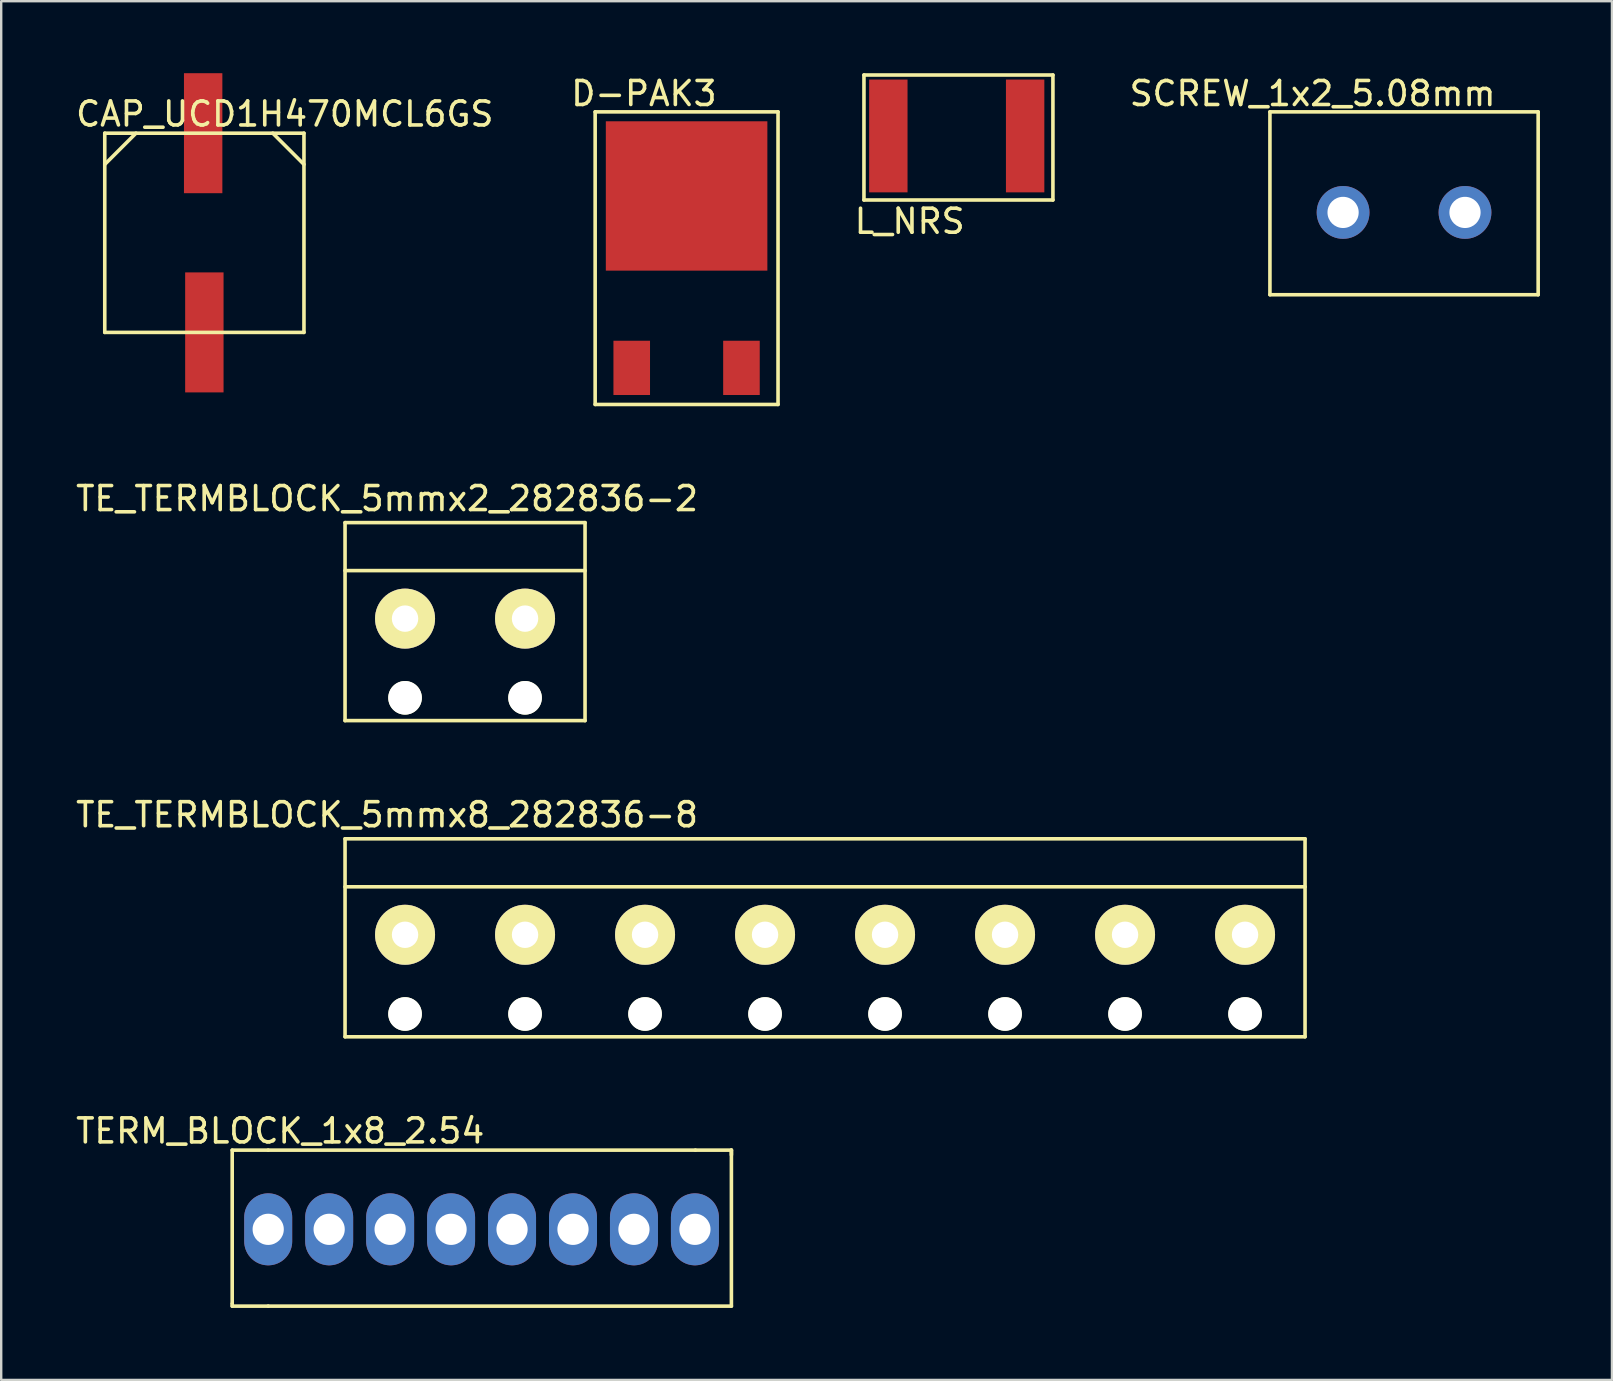
<source format=kicad_pcb>
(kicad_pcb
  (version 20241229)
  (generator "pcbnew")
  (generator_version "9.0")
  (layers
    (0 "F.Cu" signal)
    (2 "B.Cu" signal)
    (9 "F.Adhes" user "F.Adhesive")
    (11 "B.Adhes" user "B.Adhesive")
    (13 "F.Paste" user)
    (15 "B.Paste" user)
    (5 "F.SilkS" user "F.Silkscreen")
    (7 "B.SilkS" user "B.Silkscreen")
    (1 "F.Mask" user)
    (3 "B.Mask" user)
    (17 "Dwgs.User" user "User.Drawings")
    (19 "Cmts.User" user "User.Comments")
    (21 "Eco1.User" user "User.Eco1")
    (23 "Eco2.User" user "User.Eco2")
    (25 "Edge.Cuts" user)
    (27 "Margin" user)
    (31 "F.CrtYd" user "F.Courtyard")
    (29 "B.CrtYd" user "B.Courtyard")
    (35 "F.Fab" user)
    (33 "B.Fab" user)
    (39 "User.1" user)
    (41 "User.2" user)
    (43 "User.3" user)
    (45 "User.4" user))
  (footprint "TERM_BLOCK_1x8_2.54"
    (layer "F.Cu")
    (at 8.125 48.172)
    (property "Reference" "TERM_BLOCK_1x8_2.54" (at 0.5 -4.1 180) (layer "F.SilkS") (effects (font (size 1 1) (thickness 0.15))))
    (attr through_hole)
    (fp_line (start -1.5 -3.3) (end -1.5 3.1) (stroke (width 0.15) (type solid)) (layer "F.SilkS"))
    (fp_line (start -1.5 3.1) (end -1.5 3.2) (stroke (width 0.15) (type solid)) (layer "F.SilkS"))
    (fp_line (start -1.5 3.2) (end 0 3.2) (stroke (width 0.15) (type solid)) (layer "F.SilkS"))
    (fp_line (start 0 -3.3) (end -1.5 -3.3) (stroke (width 0.15) (type solid)) (layer "F.SilkS"))
    (fp_line (start 0 -3.3) (end 17.8 -3.3) (stroke (width 0.15) (type solid)) (layer "F.SilkS"))
    (fp_line (start 0 3.2) (end 19.3 3.2) (stroke (width 0.15) (type solid)) (layer "F.SilkS"))
    (fp_line (start 17.8 -3.3) (end 19.3 -3.3) (stroke (width 0.15) (type solid)) (layer "F.SilkS"))
    (fp_line (start 19.3 -3.3) (end 19.3 -3.1) (stroke (width 0.15) (type solid)) (layer "F.SilkS"))
    (fp_line (start 19.3 3.2) (end 19.3 -3.3) (stroke (width 0.15) (type solid)) (layer "F.SilkS"))
    (pad "1" thru_hole oval (at 0 0) (size 2 3) (drill 1.3) (layers "*.Cu" "*.Mask"))
    (pad "2" thru_hole oval (at 2.54 0) (size 2 3) (drill 1.3) (layers "*.Cu" "*.Mask"))
    (pad "3" thru_hole oval (at 5.08 0) (size 2 3) (drill 1.3) (layers "*.Cu" "*.Mask"))
    (pad "4" thru_hole oval (at 7.62 0) (size 2 3) (drill 1.3) (layers "*.Cu" "*.Mask"))
    (pad "5" thru_hole oval (at 10.16 0) (size 2 3) (drill 1.3) (layers "*.Cu" "*.Mask"))
    (pad "6" thru_hole oval (at 12.7 0) (size 2 3) (drill 1.3) (layers "*.Cu" "*.Mask"))
    (pad "7" thru_hole oval (at 15.24 0) (size 2 3) (drill 1.3) (layers "*.Cu" "*.Mask"))
    (pad "8" thru_hole oval (at 17.78 0) (size 2 3) (drill 1.3) (layers "*.Cu" "*.Mask")))
  (footprint "L_NRS"
    (layer "F.Cu")
    (at 33.964 2.615)
    (property "Reference" "L_NRS" (at 0.889 3.556 0) (layer "F.SilkS") (effects (font (size 1 1) (thickness 0.15))))
    (attr through_hole)
    (fp_line (start -1.016 -2.54) (end -1.016 2.667) (stroke (width 0.15) (type solid)) (layer "F.SilkS"))
    (fp_line (start -1.016 2.667) (end 6.858 2.667) (stroke (width 0.15) (type solid)) (layer "F.SilkS"))
    (fp_line (start 6.858 -2.54) (end -1.016 -2.54) (stroke (width 0.15) (type solid)) (layer "F.SilkS"))
    (fp_line (start 6.858 2.667) (end 6.858 -2.54) (stroke (width 0.15) (type solid)) (layer "F.SilkS"))
    (pad "1" smd rect (at 0 0) (size 1.6 4.7) (layers "F.Cu" "F.Mask" "F.Paste"))
    (pad "2" smd rect (at 5.7 0) (size 1.6 4.7) (layers "F.Cu" "F.Mask" "F.Paste")))
  (footprint "TE_TERMBLOCK_5mmx8_282836-8"
    (layer "F.Cu")
    (at 13.827 35.899)
    (property "Reference" "TE_TERMBLOCK_5mmx8_282836-8" (at -0.75 -5 0) (layer "F.SilkS") (effects (font (size 1 1) (thickness 0.15))))
    (attr through_hole)
    (fp_line (start -2.5 -4) (end -2.5 4.25) (stroke (width 0.15) (type solid)) (layer "F.SilkS"))
    (fp_line (start -2.5 -4) (end 37.5 -4) (stroke (width 0.15) (type solid)) (layer "F.SilkS"))
    (fp_line (start -2.5 -2) (end 37.5 -2) (stroke (width 0.15) (type solid)) (layer "F.SilkS"))
    (fp_line (start 37.5 -4) (end 37.5 4.25) (stroke (width 0.15) (type solid)) (layer "F.SilkS"))
    (fp_line (start 37.5 4.25) (end -2.5 4.25) (stroke (width 0.15) (type solid)) (layer "F.SilkS"))
    (pad "" np_thru_hole circle (at 0 3.3) (size 1.4 1.4) (drill 1.4) (layers "*.Cu" "*.Mask" "F.SilkS"))
    (pad "" np_thru_hole circle (at 5 3.3) (size 1.4 1.4) (drill 1.4) (layers "*.Cu" "*.Mask" "F.SilkS"))
    (pad "" np_thru_hole circle (at 10 3.3) (size 1.4 1.4) (drill 1.4) (layers "*.Cu" "*.Mask" "F.SilkS"))
    (pad "" np_thru_hole circle (at 15 3.3) (size 1.4 1.4) (drill 1.4) (layers "*.Cu" "*.Mask" "F.SilkS"))
    (pad "" np_thru_hole circle (at 20 3.3) (size 1.4 1.4) (drill 1.4) (layers "*.Cu" "*.Mask" "F.SilkS"))
    (pad "" np_thru_hole circle (at 25 3.3) (size 1.4 1.4) (drill 1.4) (layers "*.Cu" "*.Mask" "F.SilkS"))
    (pad "" np_thru_hole circle (at 30 3.3) (size 1.4 1.4) (drill 1.4) (layers "*.Cu" "*.Mask" "F.SilkS"))
    (pad "" np_thru_hole circle (at 35 3.3) (size 1.4 1.4) (drill 1.4) (layers "*.Cu" "*.Mask" "F.SilkS"))
    (pad "1" thru_hole circle (at 0 0) (size 2.5 2.5) (drill 1.1) (layers "*.Cu" "*.Mask" "F.SilkS"))
    (pad "2" thru_hole circle (at 5 0) (size 2.5 2.5) (drill 1.1) (layers "*.Cu" "*.Mask" "F.SilkS"))
    (pad "3" thru_hole circle (at 10 0) (size 2.5 2.5) (drill 1.1) (layers "*.Cu" "*.Mask" "F.SilkS"))
    (pad "4" thru_hole circle (at 15 0) (size 2.5 2.5) (drill 1.1) (layers "*.Cu" "*.Mask" "F.SilkS"))
    (pad "5" thru_hole circle (at 20 0) (size 2.5 2.5) (drill 1.1) (layers "*.Cu" "*.Mask" "F.SilkS"))
    (pad "6" thru_hole circle (at 25 0) (size 2.5 2.5) (drill 1.1) (layers "*.Cu" "*.Mask" "F.SilkS"))
    (pad "7" thru_hole circle (at 30 0) (size 2.5 2.5) (drill 1.1) (layers "*.Cu" "*.Mask" "F.SilkS"))
    (pad "8" thru_hole circle (at 35 0) (size 2.5 2.5) (drill 1.1) (layers "*.Cu" "*.Mask" "F.SilkS")))
  (footprint "D-PAK3"
    (layer "F.Cu")
    (at 25.558 12.278)
    (property "Reference" "D-PAK3" (at -1.778 -11.43 0) (layer "F.SilkS") (effects (font (size 1 1) (thickness 0.15))))
    (attr through_hole)
    (fp_line (start -3.81 -10.668) (end -3.81 1.524) (stroke (width 0.15) (type solid)) (layer "F.SilkS"))
    (fp_line (start -3.81 1.524) (end 3.81 1.524) (stroke (width 0.15) (type solid)) (layer "F.SilkS"))
    (fp_line (start 3.81 -10.668) (end -3.81 -10.668) (stroke (width 0.15) (type solid)) (layer "F.SilkS"))
    (fp_line (start 3.81 -10.668) (end 3.81 1.524) (stroke (width 0.15) (type solid)) (layer "F.SilkS"))
    (pad "1" smd rect (at -2.286 0) (size 1.524 2.261) (layers "F.Cu" "F.Mask" "F.Paste"))
    (pad "3" smd rect (at 2.286 0) (size 1.524 2.261) (layers "F.Cu" "F.Mask" "F.Paste"))
    (pad "4" smd rect (at 0 -7.163) (size 6.731 6.223) (layers "F.Cu" "F.Mask" "F.Paste")))
  (footprint "CAP_UCD1H470MCL6GS"
    (layer "F.Cu")
    (at 1.315 10.8)
    (property "Reference" "CAP_UCD1H470MCL6GS" (at 7.5 -9.1 0) (layer "F.SilkS") (effects (font (size 1 1) (thickness 0.15))))
    (attr through_hole)
    (fp_line (start 0 -8.3) (end 0 0) (stroke (width 0.15) (type solid)) (layer "F.SilkS"))
    (fp_line (start 0 -7) (end 1.3 -8.3) (stroke (width 0.15) (type solid)) (layer "F.SilkS"))
    (fp_line (start 0 0) (end 8.3 0) (stroke (width 0.15) (type solid)) (layer "F.SilkS"))
    (fp_line (start 7 -8.3) (end 8.3 -7) (stroke (width 0.15) (type solid)) (layer "F.SilkS"))
    (fp_line (start 8.3 -8.3) (end 0 -8.3) (stroke (width 0.15) (type solid)) (layer "F.SilkS"))
    (fp_line (start 8.3 0) (end 8.3 -8.3) (stroke (width 0.15) (type solid)) (layer "F.SilkS"))
    (pad "1" smd rect (at 4.15 0) (size 1.6 5) (layers "F.Cu" "F.Mask" "F.Paste"))
    (pad "2" smd rect (at 4.1 -8.3) (size 1.6 5) (layers "F.Cu" "F.Mask" "F.Paste")))
  (footprint "SCREW_1x2_5.08mm"
    (layer "F.Cu")
    (at 52.912 5.801)
    (property "Reference" "SCREW_1x2_5.08mm" (at -1.27 -4.953 0) (layer "F.SilkS") (effects (font (size 1 1) (thickness 0.15))))
    (attr through_hole)
    (fp_line (start -3.048 -4.191) (end -3.048 3.429) (stroke (width 0.15) (type solid)) (layer "F.SilkS"))
    (fp_line (start -3.048 3.429) (end 8.128 3.429) (stroke (width 0.15) (type solid)) (layer "F.SilkS"))
    (fp_line (start 8.128 -4.191) (end -3.048 -4.191) (stroke (width 0.15) (type solid)) (layer "F.SilkS"))
    (fp_line (start 8.128 -4.191) (end 8.128 3.429) (stroke (width 0.15) (type solid)) (layer "F.SilkS"))
    (pad "1" thru_hole circle (at 0 0) (size 2.2 2.2) (drill 1.3) (layers "*.Cu" "*.Mask"))
    (pad "2" thru_hole circle (at 5.08 0) (size 2.2 2.2) (drill 1.3) (layers "*.Cu" "*.Mask")))
  (footprint "TE_TERMBLOCK_5mmx2_282836-2"
    (layer "F.Cu")
    (at 13.827 22.726)
    (property "Reference" "TE_TERMBLOCK_5mmx2_282836-2" (at -0.75 -5 0) (layer "F.SilkS") (effects (font (size 1 1) (thickness 0.15))))
    (attr through_hole)
    (fp_line (start -2.5 -4) (end -2.5 4.25) (stroke (width 0.15) (type solid)) (layer "F.SilkS"))
    (fp_line (start -2.5 -4) (end 7.5 -4) (stroke (width 0.15) (type solid)) (layer "F.SilkS"))
    (fp_line (start -2.5 -2) (end 7.5 -2) (stroke (width 0.15) (type solid)) (layer "F.SilkS"))
    (fp_line (start 7.5 -4) (end 7.5 4.25) (stroke (width 0.15) (type solid)) (layer "F.SilkS"))
    (fp_line (start 7.5 4.25) (end -2.5 4.25) (stroke (width 0.15) (type solid)) (layer "F.SilkS"))
    (pad "" np_thru_hole circle (at 0 3.3) (size 1.4 1.4) (drill 1.4) (layers "*.Cu" "*.Mask" "F.SilkS"))
    (pad "" np_thru_hole circle (at 5 3.3) (size 1.4 1.4) (drill 1.4) (layers "*.Cu" "*.Mask" "F.SilkS"))
    (pad "1" thru_hole circle (at 0 0) (size 2.5 2.5) (drill 1.1) (layers "*.Cu" "*.Mask" "F.SilkS"))
    (pad "2" thru_hole circle (at 5 0) (size 2.5 2.5) (drill 1.1) (layers "*.Cu" "*.Mask" "F.SilkS")))
  (gr_rect
    (start -3 -3)
    (end 64.115 54.447)
    (stroke (width 0.1) (type default))
    (fill no)
    (layer "Edge.Cuts")))
</source>
